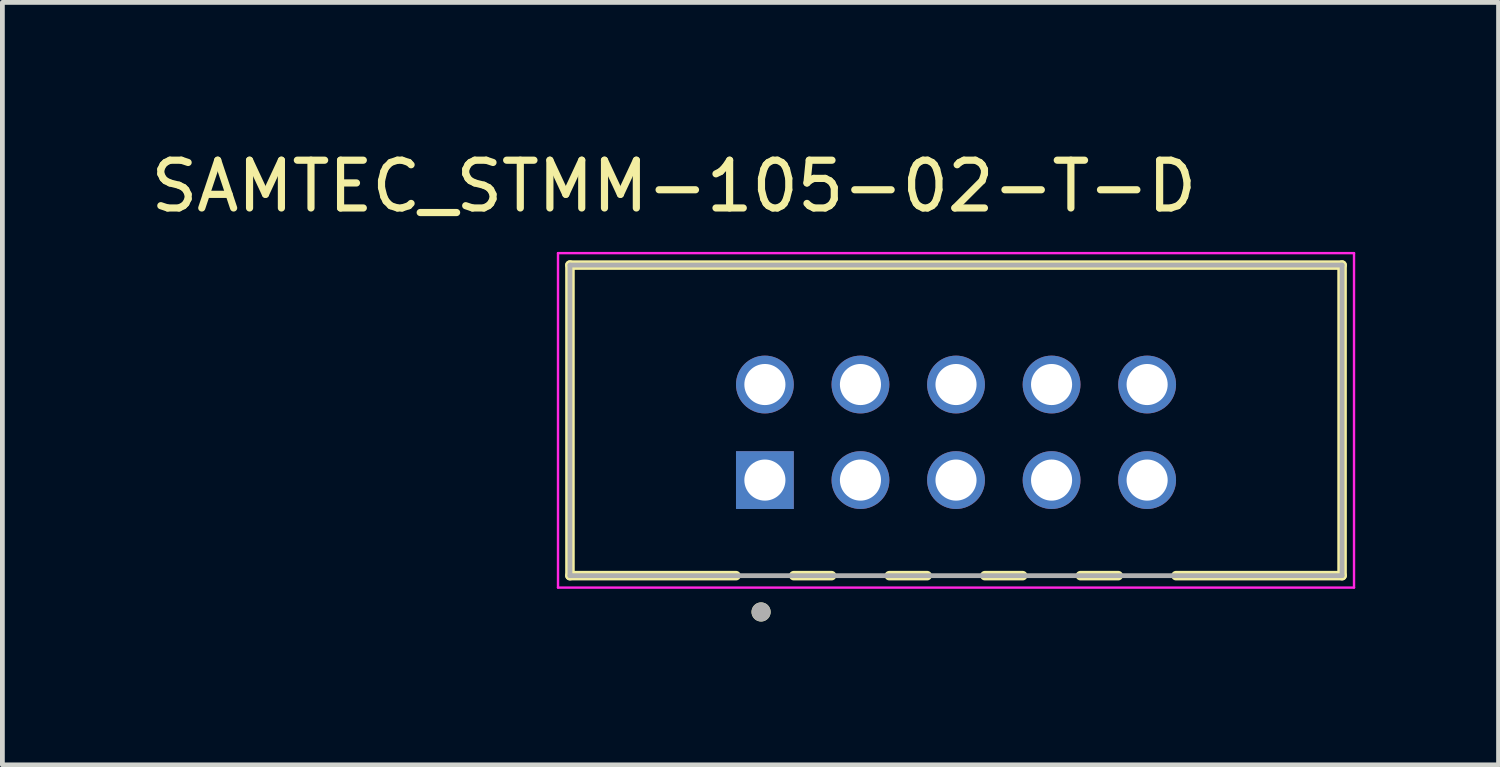
<source format=kicad_pcb>
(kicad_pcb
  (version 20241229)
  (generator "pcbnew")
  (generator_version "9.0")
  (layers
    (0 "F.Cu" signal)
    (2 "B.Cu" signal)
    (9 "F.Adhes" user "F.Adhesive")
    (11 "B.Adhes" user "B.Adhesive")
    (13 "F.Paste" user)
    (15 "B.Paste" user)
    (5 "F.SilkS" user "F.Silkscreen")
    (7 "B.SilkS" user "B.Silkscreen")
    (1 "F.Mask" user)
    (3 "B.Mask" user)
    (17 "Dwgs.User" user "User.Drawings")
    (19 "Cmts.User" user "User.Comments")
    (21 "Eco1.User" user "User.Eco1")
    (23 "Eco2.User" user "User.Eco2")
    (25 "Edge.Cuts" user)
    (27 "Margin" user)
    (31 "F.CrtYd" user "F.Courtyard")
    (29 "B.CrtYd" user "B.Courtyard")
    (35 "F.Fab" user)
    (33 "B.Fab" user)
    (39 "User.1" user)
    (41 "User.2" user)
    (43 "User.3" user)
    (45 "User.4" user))
  (footprint "SAMTEC_STMM-105-02-T-D"
    (layer "F.Cu")
    (at 16.959 5.998)
    (property "Reference" "SAMTEC_STMM-105-02-T-D" (at -5.905 -5.15 0) (layer "F.SilkS") (effects (font (size 1 1) (thickness 0.15))))
    (attr through_hole)
    (fp_line (start -8.08 -3.5) (end -8.08 3) (stroke (width 0.2) (type solid)) (layer "F.SilkS"))
    (fp_line (start -8.08 -3.5) (end 8.08 -3.5) (stroke (width 0.2) (type solid)) (layer "F.SilkS"))
    (fp_line (start -8.08 3) (end -4.605 3) (stroke (width 0.2) (type solid)) (layer "F.SilkS"))
    (fp_line (start -3.395 3) (end -2.605 3) (stroke (width 0.2) (type solid)) (layer "F.SilkS"))
    (fp_line (start -1.395 3) (end -0.605 3) (stroke (width 0.2) (type solid)) (layer "F.SilkS"))
    (fp_line (start 0.605 3) (end 1.395 3) (stroke (width 0.2) (type solid)) (layer "F.SilkS"))
    (fp_line (start 2.605 3) (end 3.395 3) (stroke (width 0.2) (type solid)) (layer "F.SilkS"))
    (fp_line (start 4.605 3) (end 8.08 3) (stroke (width 0.2) (type solid)) (layer "F.SilkS"))
    (fp_line (start 8.08 -3.5) (end 8.08 3) (stroke (width 0.2) (type solid)) (layer "F.SilkS"))
    (fp_circle (center -4.08 3.76) (end -3.98 3.76) (stroke (width 0.2) (type solid)) (fill no) (layer "F.SilkS"))
    (fp_poly (pts (xy -4.85 0.15) (xy -4.85 1.85) (xy -4.385 1.85) (xy -4.378 1.85) (xy -4.371 1.851) (xy -4.365 1.852) (xy -4.358 1.853) (xy -4.351 1.854) (xy -4.345 1.856) (xy -4.338 1.859) (xy -4.332 1.861) (xy -4.326 1.864) (xy -4.32 1.867) (xy -4.314 1.871) (xy -4.309 1.875) (xy -4.303 1.879) (xy -4.298 1.883) (xy -4.293 1.888) (xy -4.288 1.893) (xy -4.284 1.898) (xy -4.28 1.904) (xy -4.276 1.909) (xy -4.272 1.915) (xy -4.269 1.921) (xy -4.266 1.927) (xy -4.264 1.933) (xy -4.261 1.94) (xy -4.259 1.946) (xy -4.258 1.953) (xy -4.257 1.96) (xy -4.256 1.966) (xy -4.255 1.973) (xy -4.255 1.98) (xy -4.255 2.97) (xy -3.745 2.97) (xy -3.745 1.98) (xy -3.745 1.973) (xy -3.744 1.966) (xy -3.743 1.96) (xy -3.742 1.953) (xy -3.741 1.946) (xy -3.739 1.94) (xy -3.736 1.933) (xy -3.734 1.927) (xy -3.731 1.921) (xy -3.728 1.915) (xy -3.724 1.909) (xy -3.72 1.904) (xy -3.716 1.898) (xy -3.712 1.893) (xy -3.707 1.888) (xy -3.702 1.883) (xy -3.697 1.879) (xy -3.691 1.875) (xy -3.686 1.871) (xy -3.68 1.867) (xy -3.674 1.864) (xy -3.668 1.861) (xy -3.662 1.859) (xy -3.655 1.856) (xy -3.649 1.854) (xy -3.642 1.853) (xy -3.635 1.852) (xy -3.629 1.851) (xy -3.622 1.85) (xy -3.615 1.85) (xy -3.15 1.85) (xy -3.15 0.15) (xy -4.85 0.15)) (stroke (width 0.01) (type solid)) (fill yes) (layer "F.Paste"))
    (fp_poly (pts (xy -3.15 -0.15) (xy -3.15 -1.85) (xy -3.615 -1.85) (xy -3.622 -1.85) (xy -3.629 -1.851) (xy -3.635 -1.852) (xy -3.642 -1.853) (xy -3.649 -1.854) (xy -3.655 -1.856) (xy -3.662 -1.859) (xy -3.668 -1.861) (xy -3.674 -1.864) (xy -3.68 -1.867) (xy -3.686 -1.871) (xy -3.691 -1.875) (xy -3.697 -1.879) (xy -3.702 -1.883) (xy -3.707 -1.888) (xy -3.712 -1.893) (xy -3.716 -1.898) (xy -3.72 -1.904) (xy -3.724 -1.909) (xy -3.728 -1.915) (xy -3.731 -1.921) (xy -3.734 -1.927) (xy -3.736 -1.933) (xy -3.739 -1.94) (xy -3.741 -1.946) (xy -3.742 -1.953) (xy -3.743 -1.96) (xy -3.744 -1.966) (xy -3.745 -1.973) (xy -3.745 -1.98) (xy -3.745 -2.97) (xy -4.255 -2.97) (xy -4.255 -1.98) (xy -4.255 -1.973) (xy -4.256 -1.966) (xy -4.257 -1.96) (xy -4.258 -1.953) (xy -4.259 -1.946) (xy -4.261 -1.94) (xy -4.264 -1.933) (xy -4.266 -1.927) (xy -4.269 -1.921) (xy -4.272 -1.915) (xy -4.276 -1.909) (xy -4.28 -1.904) (xy -4.284 -1.898) (xy -4.288 -1.893) (xy -4.293 -1.888) (xy -4.298 -1.883) (xy -4.303 -1.879) (xy -4.309 -1.875) (xy -4.314 -1.871) (xy -4.32 -1.867) (xy -4.326 -1.864) (xy -4.332 -1.861) (xy -4.338 -1.859) (xy -4.345 -1.856) (xy -4.351 -1.854) (xy -4.358 -1.853) (xy -4.365 -1.852) (xy -4.371 -1.851) (xy -4.378 -1.85) (xy -4.385 -1.85) (xy -4.85 -1.85) (xy -4.85 -0.15) (xy -3.15 -0.15)) (stroke (width 0.01) (type solid)) (fill yes) (layer "F.Paste"))
    (fp_poly (pts (xy -2.85 0.15) (xy -2.85 1.85) (xy -2.385 1.85) (xy -2.378 1.85) (xy -2.371 1.851) (xy -2.365 1.852) (xy -2.358 1.853) (xy -2.351 1.854) (xy -2.345 1.856) (xy -2.338 1.859) (xy -2.332 1.861) (xy -2.326 1.864) (xy -2.32 1.867) (xy -2.314 1.871) (xy -2.309 1.875) (xy -2.303 1.879) (xy -2.298 1.883) (xy -2.293 1.888) (xy -2.288 1.893) (xy -2.284 1.898) (xy -2.28 1.904) (xy -2.276 1.909) (xy -2.272 1.915) (xy -2.269 1.921) (xy -2.266 1.927) (xy -2.264 1.933) (xy -2.261 1.94) (xy -2.259 1.946) (xy -2.258 1.953) (xy -2.257 1.96) (xy -2.256 1.966) (xy -2.255 1.973) (xy -2.255 1.98) (xy -2.255 2.97) (xy -1.745 2.97) (xy -1.745 1.98) (xy -1.745 1.973) (xy -1.744 1.966) (xy -1.743 1.96) (xy -1.742 1.953) (xy -1.741 1.946) (xy -1.739 1.94) (xy -1.736 1.933) (xy -1.734 1.927) (xy -1.731 1.921) (xy -1.728 1.915) (xy -1.724 1.909) (xy -1.72 1.904) (xy -1.716 1.898) (xy -1.712 1.893) (xy -1.707 1.888) (xy -1.702 1.883) (xy -1.697 1.879) (xy -1.691 1.875) (xy -1.686 1.871) (xy -1.68 1.867) (xy -1.674 1.864) (xy -1.668 1.861) (xy -1.662 1.859) (xy -1.655 1.856) (xy -1.649 1.854) (xy -1.642 1.853) (xy -1.635 1.852) (xy -1.629 1.851) (xy -1.622 1.85) (xy -1.615 1.85) (xy -1.15 1.85) (xy -1.15 0.15) (xy -2.85 0.15)) (stroke (width 0.01) (type solid)) (fill yes) (layer "F.Paste"))
    (fp_poly (pts (xy -1.15 -0.15) (xy -1.15 -1.85) (xy -1.615 -1.85) (xy -1.622 -1.85) (xy -1.629 -1.851) (xy -1.635 -1.852) (xy -1.642 -1.853) (xy -1.649 -1.854) (xy -1.655 -1.856) (xy -1.662 -1.859) (xy -1.668 -1.861) (xy -1.674 -1.864) (xy -1.68 -1.867) (xy -1.686 -1.871) (xy -1.691 -1.875) (xy -1.697 -1.879) (xy -1.702 -1.883) (xy -1.707 -1.888) (xy -1.712 -1.893) (xy -1.716 -1.898) (xy -1.72 -1.904) (xy -1.724 -1.909) (xy -1.728 -1.915) (xy -1.731 -1.921) (xy -1.734 -1.927) (xy -1.736 -1.933) (xy -1.739 -1.94) (xy -1.741 -1.946) (xy -1.742 -1.953) (xy -1.743 -1.96) (xy -1.744 -1.966) (xy -1.745 -1.973) (xy -1.745 -1.98) (xy -1.745 -2.97) (xy -2.255 -2.97) (xy -2.255 -1.98) (xy -2.255 -1.973) (xy -2.256 -1.966) (xy -2.257 -1.96) (xy -2.258 -1.953) (xy -2.259 -1.946) (xy -2.261 -1.94) (xy -2.264 -1.933) (xy -2.266 -1.927) (xy -2.269 -1.921) (xy -2.272 -1.915) (xy -2.276 -1.909) (xy -2.28 -1.904) (xy -2.284 -1.898) (xy -2.288 -1.893) (xy -2.293 -1.888) (xy -2.298 -1.883) (xy -2.303 -1.879) (xy -2.309 -1.875) (xy -2.314 -1.871) (xy -2.32 -1.867) (xy -2.326 -1.864) (xy -2.332 -1.861) (xy -2.338 -1.859) (xy -2.345 -1.856) (xy -2.351 -1.854) (xy -2.358 -1.853) (xy -2.365 -1.852) (xy -2.371 -1.851) (xy -2.378 -1.85) (xy -2.385 -1.85) (xy -2.85 -1.85) (xy -2.85 -0.15) (xy -1.15 -0.15)) (stroke (width 0.01) (type solid)) (fill yes) (layer "F.Paste"))
    (fp_poly (pts (xy -0.85 0.15) (xy -0.85 1.85) (xy -0.385 1.85) (xy -0.378 1.85) (xy -0.371 1.851) (xy -0.365 1.852) (xy -0.358 1.853) (xy -0.351 1.854) (xy -0.345 1.856) (xy -0.338 1.859) (xy -0.332 1.861) (xy -0.326 1.864) (xy -0.32 1.867) (xy -0.314 1.871) (xy -0.309 1.875) (xy -0.303 1.879) (xy -0.298 1.883) (xy -0.293 1.888) (xy -0.288 1.893) (xy -0.284 1.898) (xy -0.28 1.904) (xy -0.276 1.909) (xy -0.272 1.915) (xy -0.269 1.921) (xy -0.266 1.927) (xy -0.264 1.933) (xy -0.261 1.94) (xy -0.259 1.946) (xy -0.258 1.953) (xy -0.257 1.96) (xy -0.256 1.966) (xy -0.255 1.973) (xy -0.255 1.98) (xy -0.255 2.97) (xy 0.255 2.97) (xy 0.255 1.98) (xy 0.255 1.973) (xy 0.256 1.966) (xy 0.257 1.96) (xy 0.258 1.953) (xy 0.259 1.946) (xy 0.261 1.94) (xy 0.264 1.933) (xy 0.266 1.927) (xy 0.269 1.921) (xy 0.272 1.915) (xy 0.276 1.909) (xy 0.28 1.904) (xy 0.284 1.898) (xy 0.288 1.893) (xy 0.293 1.888) (xy 0.298 1.883) (xy 0.303 1.879) (xy 0.309 1.875) (xy 0.314 1.871) (xy 0.32 1.867) (xy 0.326 1.864) (xy 0.332 1.861) (xy 0.338 1.859) (xy 0.345 1.856) (xy 0.351 1.854) (xy 0.358 1.853) (xy 0.365 1.852) (xy 0.371 1.851) (xy 0.378 1.85) (xy 0.385 1.85) (xy 0.85 1.85) (xy 0.85 0.15) (xy -0.85 0.15)) (stroke (width 0.01) (type solid)) (fill yes) (layer "F.Paste"))
    (fp_poly (pts (xy 0.85 -0.15) (xy 0.85 -1.85) (xy 0.385 -1.85) (xy 0.378 -1.85) (xy 0.371 -1.851) (xy 0.365 -1.852) (xy 0.358 -1.853) (xy 0.351 -1.854) (xy 0.345 -1.856) (xy 0.338 -1.859) (xy 0.332 -1.861) (xy 0.326 -1.864) (xy 0.32 -1.867) (xy 0.314 -1.871) (xy 0.309 -1.875) (xy 0.303 -1.879) (xy 0.298 -1.883) (xy 0.293 -1.888) (xy 0.288 -1.893) (xy 0.284 -1.898) (xy 0.28 -1.904) (xy 0.276 -1.909) (xy 0.272 -1.915) (xy 0.269 -1.921) (xy 0.266 -1.927) (xy 0.264 -1.933) (xy 0.261 -1.94) (xy 0.259 -1.946) (xy 0.258 -1.953) (xy 0.257 -1.96) (xy 0.256 -1.966) (xy 0.255 -1.973) (xy 0.255 -1.98) (xy 0.255 -2.97) (xy -0.255 -2.97) (xy -0.255 -1.98) (xy -0.255 -1.973) (xy -0.256 -1.966) (xy -0.257 -1.96) (xy -0.258 -1.953) (xy -0.259 -1.946) (xy -0.261 -1.94) (xy -0.264 -1.933) (xy -0.266 -1.927) (xy -0.269 -1.921) (xy -0.272 -1.915) (xy -0.276 -1.909) (xy -0.28 -1.904) (xy -0.284 -1.898) (xy -0.288 -1.893) (xy -0.293 -1.888) (xy -0.298 -1.883) (xy -0.303 -1.879) (xy -0.309 -1.875) (xy -0.314 -1.871) (xy -0.32 -1.867) (xy -0.326 -1.864) (xy -0.332 -1.861) (xy -0.338 -1.859) (xy -0.345 -1.856) (xy -0.351 -1.854) (xy -0.358 -1.853) (xy -0.365 -1.852) (xy -0.371 -1.851) (xy -0.378 -1.85) (xy -0.385 -1.85) (xy -0.85 -1.85) (xy -0.85 -0.15) (xy 0.85 -0.15)) (stroke (width 0.01) (type solid)) (fill yes) (layer "F.Paste"))
    (fp_poly (pts (xy 1.15 0.15) (xy 1.15 1.85) (xy 1.615 1.85) (xy 1.622 1.85) (xy 1.629 1.851) (xy 1.635 1.852) (xy 1.642 1.853) (xy 1.649 1.854) (xy 1.655 1.856) (xy 1.662 1.859) (xy 1.668 1.861) (xy 1.674 1.864) (xy 1.68 1.867) (xy 1.686 1.871) (xy 1.691 1.875) (xy 1.697 1.879) (xy 1.702 1.883) (xy 1.707 1.888) (xy 1.712 1.893) (xy 1.716 1.898) (xy 1.72 1.904) (xy 1.724 1.909) (xy 1.728 1.915) (xy 1.731 1.921) (xy 1.734 1.927) (xy 1.736 1.933) (xy 1.739 1.94) (xy 1.741 1.946) (xy 1.742 1.953) (xy 1.743 1.96) (xy 1.744 1.966) (xy 1.745 1.973) (xy 1.745 1.98) (xy 1.745 2.97) (xy 2.255 2.97) (xy 2.255 1.98) (xy 2.255 1.973) (xy 2.256 1.966) (xy 2.257 1.96) (xy 2.258 1.953) (xy 2.259 1.946) (xy 2.261 1.94) (xy 2.264 1.933) (xy 2.266 1.927) (xy 2.269 1.921) (xy 2.272 1.915) (xy 2.276 1.909) (xy 2.28 1.904) (xy 2.284 1.898) (xy 2.288 1.893) (xy 2.293 1.888) (xy 2.298 1.883) (xy 2.303 1.879) (xy 2.309 1.875) (xy 2.314 1.871) (xy 2.32 1.867) (xy 2.326 1.864) (xy 2.332 1.861) (xy 2.338 1.859) (xy 2.345 1.856) (xy 2.351 1.854) (xy 2.358 1.853) (xy 2.365 1.852) (xy 2.371 1.851) (xy 2.378 1.85) (xy 2.385 1.85) (xy 2.85 1.85) (xy 2.85 0.15) (xy 1.15 0.15)) (stroke (width 0.01) (type solid)) (fill yes) (layer "F.Paste"))
    (fp_poly (pts (xy 2.85 -0.15) (xy 2.85 -1.85) (xy 2.385 -1.85) (xy 2.378 -1.85) (xy 2.371 -1.851) (xy 2.365 -1.852) (xy 2.358 -1.853) (xy 2.351 -1.854) (xy 2.345 -1.856) (xy 2.338 -1.859) (xy 2.332 -1.861) (xy 2.326 -1.864) (xy 2.32 -1.867) (xy 2.314 -1.871) (xy 2.309 -1.875) (xy 2.303 -1.879) (xy 2.298 -1.883) (xy 2.293 -1.888) (xy 2.288 -1.893) (xy 2.284 -1.898) (xy 2.28 -1.904) (xy 2.276 -1.909) (xy 2.272 -1.915) (xy 2.269 -1.921) (xy 2.266 -1.927) (xy 2.264 -1.933) (xy 2.261 -1.94) (xy 2.259 -1.946) (xy 2.258 -1.953) (xy 2.257 -1.96) (xy 2.256 -1.966) (xy 2.255 -1.973) (xy 2.255 -1.98) (xy 2.255 -2.97) (xy 1.745 -2.97) (xy 1.745 -1.98) (xy 1.745 -1.973) (xy 1.744 -1.966) (xy 1.743 -1.96) (xy 1.742 -1.953) (xy 1.741 -1.946) (xy 1.739 -1.94) (xy 1.736 -1.933) (xy 1.734 -1.927) (xy 1.731 -1.921) (xy 1.728 -1.915) (xy 1.724 -1.909) (xy 1.72 -1.904) (xy 1.716 -1.898) (xy 1.712 -1.893) (xy 1.707 -1.888) (xy 1.702 -1.883) (xy 1.697 -1.879) (xy 1.691 -1.875) (xy 1.686 -1.871) (xy 1.68 -1.867) (xy 1.674 -1.864) (xy 1.668 -1.861) (xy 1.662 -1.859) (xy 1.655 -1.856) (xy 1.649 -1.854) (xy 1.642 -1.853) (xy 1.635 -1.852) (xy 1.629 -1.851) (xy 1.622 -1.85) (xy 1.615 -1.85) (xy 1.15 -1.85) (xy 1.15 -0.15) (xy 2.85 -0.15)) (stroke (width 0.01) (type solid)) (fill yes) (layer "F.Paste"))
    (fp_poly (pts (xy 3.15 0.15) (xy 3.15 1.85) (xy 3.615 1.85) (xy 3.622 1.85) (xy 3.629 1.851) (xy 3.635 1.852) (xy 3.642 1.853) (xy 3.649 1.854) (xy 3.655 1.856) (xy 3.662 1.859) (xy 3.668 1.861) (xy 3.674 1.864) (xy 3.68 1.867) (xy 3.686 1.871) (xy 3.691 1.875) (xy 3.697 1.879) (xy 3.702 1.883) (xy 3.707 1.888) (xy 3.712 1.893) (xy 3.716 1.898) (xy 3.72 1.904) (xy 3.724 1.909) (xy 3.728 1.915) (xy 3.731 1.921) (xy 3.734 1.927) (xy 3.736 1.933) (xy 3.739 1.94) (xy 3.741 1.946) (xy 3.742 1.953) (xy 3.743 1.96) (xy 3.744 1.966) (xy 3.745 1.973) (xy 3.745 1.98) (xy 3.745 2.97) (xy 4.255 2.97) (xy 4.255 1.98) (xy 4.255 1.973) (xy 4.256 1.966) (xy 4.257 1.96) (xy 4.258 1.953) (xy 4.259 1.946) (xy 4.261 1.94) (xy 4.264 1.933) (xy 4.266 1.927) (xy 4.269 1.921) (xy 4.272 1.915) (xy 4.276 1.909) (xy 4.28 1.904) (xy 4.284 1.898) (xy 4.288 1.893) (xy 4.293 1.888) (xy 4.298 1.883) (xy 4.303 1.879) (xy 4.309 1.875) (xy 4.314 1.871) (xy 4.32 1.867) (xy 4.326 1.864) (xy 4.332 1.861) (xy 4.338 1.859) (xy 4.345 1.856) (xy 4.351 1.854) (xy 4.358 1.853) (xy 4.365 1.852) (xy 4.371 1.851) (xy 4.378 1.85) (xy 4.385 1.85) (xy 4.85 1.85) (xy 4.85 0.15) (xy 3.15 0.15)) (stroke (width 0.01) (type solid)) (fill yes) (layer "F.Paste"))
    (fp_poly (pts (xy 4.85 -0.15) (xy 4.85 -1.85) (xy 4.385 -1.85) (xy 4.378 -1.85) (xy 4.371 -1.851) (xy 4.365 -1.852) (xy 4.358 -1.853) (xy 4.351 -1.854) (xy 4.345 -1.856) (xy 4.338 -1.859) (xy 4.332 -1.861) (xy 4.326 -1.864) (xy 4.32 -1.867) (xy 4.314 -1.871) (xy 4.309 -1.875) (xy 4.303 -1.879) (xy 4.298 -1.883) (xy 4.293 -1.888) (xy 4.288 -1.893) (xy 4.284 -1.898) (xy 4.28 -1.904) (xy 4.276 -1.909) (xy 4.272 -1.915) (xy 4.269 -1.921) (xy 4.266 -1.927) (xy 4.264 -1.933) (xy 4.261 -1.94) (xy 4.259 -1.946) (xy 4.258 -1.953) (xy 4.257 -1.96) (xy 4.256 -1.966) (xy 4.255 -1.973) (xy 4.255 -1.98) (xy 4.255 -2.97) (xy 3.745 -2.97) (xy 3.745 -1.98) (xy 3.745 -1.973) (xy 3.744 -1.966) (xy 3.743 -1.96) (xy 3.742 -1.953) (xy 3.741 -1.946) (xy 3.739 -1.94) (xy 3.736 -1.933) (xy 3.734 -1.927) (xy 3.731 -1.921) (xy 3.728 -1.915) (xy 3.724 -1.909) (xy 3.72 -1.904) (xy 3.716 -1.898) (xy 3.712 -1.893) (xy 3.707 -1.888) (xy 3.702 -1.883) (xy 3.697 -1.879) (xy 3.691 -1.875) (xy 3.686 -1.871) (xy 3.68 -1.867) (xy 3.674 -1.864) (xy 3.668 -1.861) (xy 3.662 -1.859) (xy 3.655 -1.856) (xy 3.649 -1.854) (xy 3.642 -1.853) (xy 3.635 -1.852) (xy 3.629 -1.851) (xy 3.622 -1.85) (xy 3.615 -1.85) (xy 3.15 -1.85) (xy 3.15 -0.15) (xy 4.85 -0.15)) (stroke (width 0.01) (type solid)) (fill yes) (layer "F.Paste"))
    (fp_line (start -8.33 -3.75) (end 8.33 -3.75) (stroke (width 0.05) (type solid)) (layer "F.CrtYd"))
    (fp_line (start -8.33 3.25) (end -8.33 -3.75) (stroke (width 0.05) (type solid)) (layer "F.CrtYd"))
    (fp_line (start 8.33 -3.75) (end 8.33 3.25) (stroke (width 0.05) (type solid)) (layer "F.CrtYd"))
    (fp_line (start 8.33 3.25) (end -8.33 3.25) (stroke (width 0.05) (type solid)) (layer "F.CrtYd"))
    (fp_line (start -8.08 -3.5) (end 8.08 -3.5) (stroke (width 0.1) (type solid)) (layer "F.Fab"))
    (fp_line (start -8.08 3) (end -8.08 -3.5) (stroke (width 0.1) (type solid)) (layer "F.Fab"))
    (fp_line (start 8.08 -3.5) (end 8.08 3) (stroke (width 0.1) (type solid)) (layer "F.Fab"))
    (fp_line (start 8.08 3) (end -8.08 3) (stroke (width 0.1) (type solid)) (layer "F.Fab"))
    (fp_circle (center -4.08 3.76) (end -3.98 3.76) (stroke (width 0.2) (type solid)) (fill no) (layer "F.Fab"))
    (pad "01" thru_hole rect (at -4 1) (size 1.21 1.21) (drill 0.86) (layers "*.Cu" "*.Mask"))
    (pad "02" thru_hole circle (at -4 -1) (size 1.21 1.21) (drill 0.86) (layers "*.Cu" "*.Mask"))
    (pad "03" thru_hole circle (at -2 1) (size 1.21 1.21) (drill 0.86) (layers "*.Cu" "*.Mask"))
    (pad "04" thru_hole circle (at -2 -1) (size 1.21 1.21) (drill 0.86) (layers "*.Cu" "*.Mask"))
    (pad "05" thru_hole circle (at 0 1) (size 1.21 1.21) (drill 0.86) (layers "*.Cu" "*.Mask"))
    (pad "06" thru_hole circle (at 0 -1) (size 1.21 1.21) (drill 0.86) (layers "*.Cu" "*.Mask"))
    (pad "07" thru_hole circle (at 2 1) (size 1.21 1.21) (drill 0.86) (layers "*.Cu" "*.Mask"))
    (pad "08" thru_hole circle (at 2 -1) (size 1.21 1.21) (drill 0.86) (layers "*.Cu" "*.Mask"))
    (pad "09" thru_hole circle (at 4 1) (size 1.21 1.21) (drill 0.86) (layers "*.Cu" "*.Mask"))
    (pad "10" thru_hole circle (at 4 -1) (size 1.21 1.21) (drill 0.86) (layers "*.Cu" "*.Mask")))
  (gr_rect
    (start -3 -3)
    (end 28.314 12.958)
    (stroke (width 0.1) (type default))
    (fill no)
    (layer "Edge.Cuts")))
</source>
